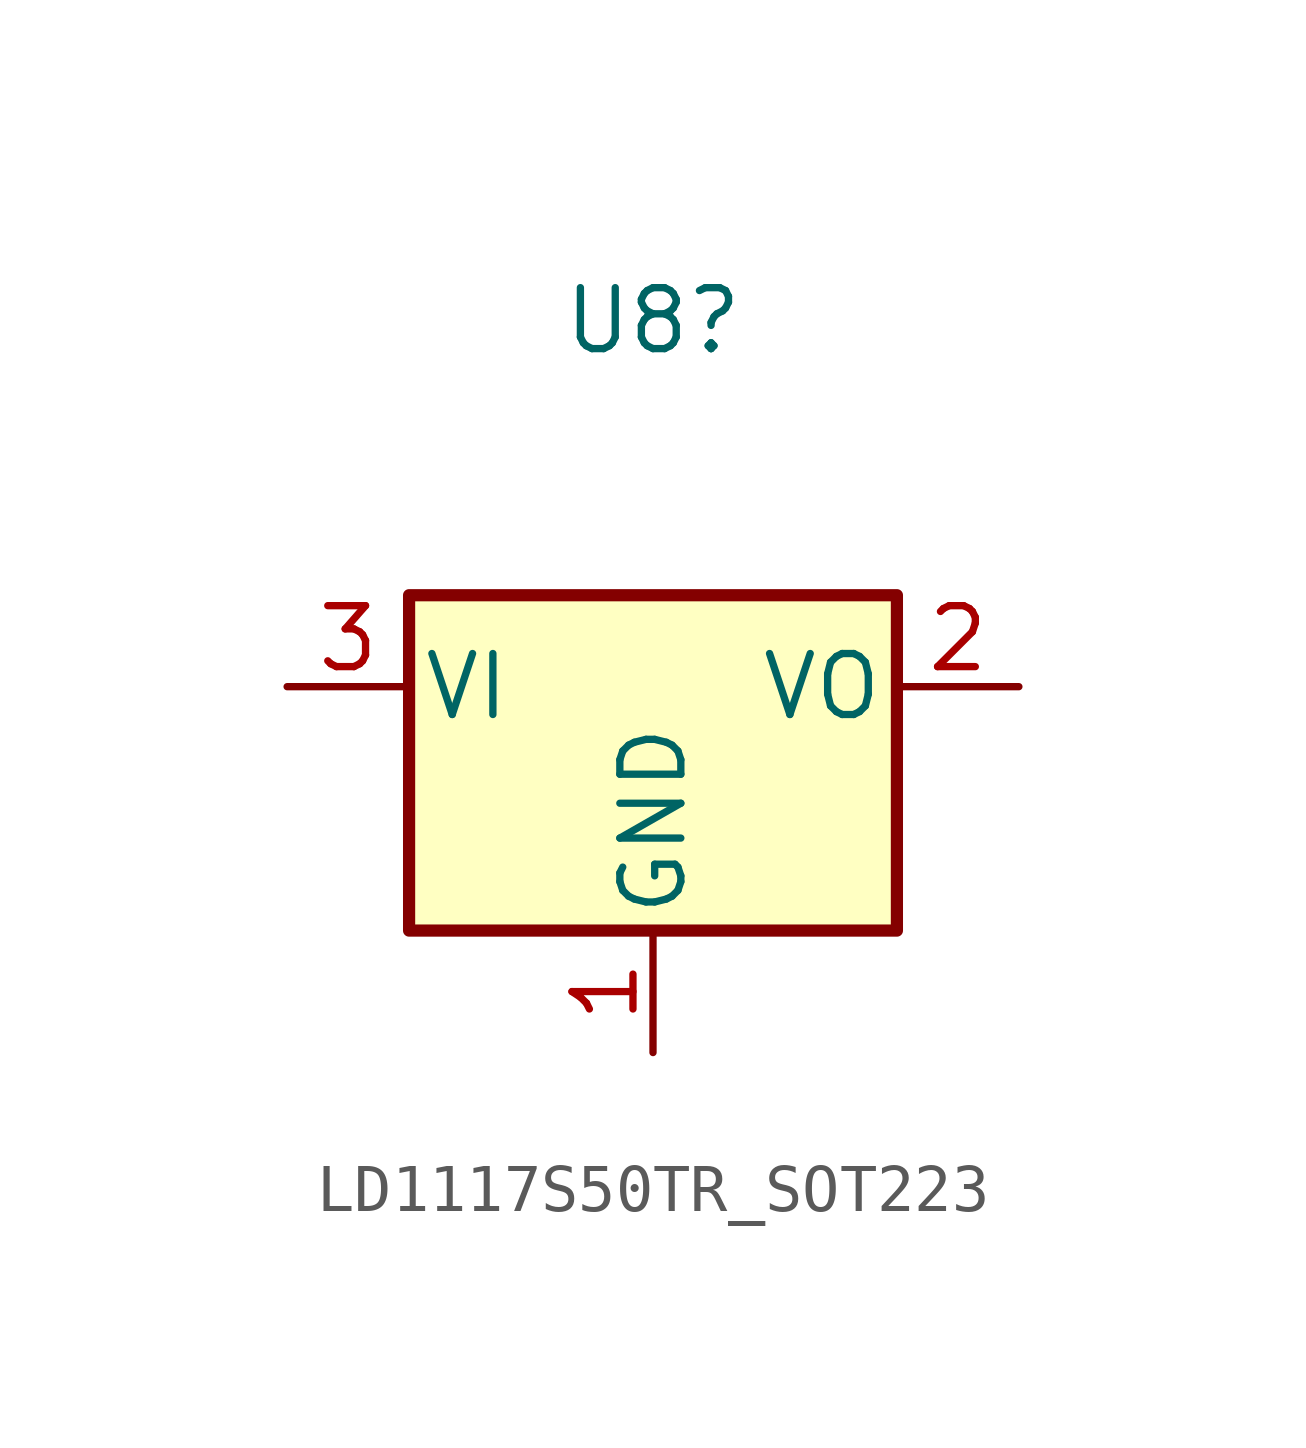
<source format=kicad_sym>
(kicad_symbol_lib
  (version 20231120)
  (generator "kicad_symbol_editor")
  (generator_version "8.0")
  (symbol "LD1117S50TR_SOT223"
    (pin_names
      (offset 0.254))
    (property "Reference" "U8"
      (at 0 7.62 0)
      (effects (font (size 1.27 1.27))))
    (symbol "LD1117S50TR_SOT223_0_1"
      (rectangle (start -5.08 -5.08) (end 5.08 1.905) (stroke (width 0.254) (type default)) (fill (type background))))
    (symbol "LD1117S50TR_SOT223_1_1"
      (pin power_in line (at 0 -7.62 90) (length 2.54) (name "GND" (effects (font (size 1.27 1.27)))) (number "1" (effects (font (size 1.27 1.27)))))
      (pin power_out line (at 7.62 0 180) (length 2.54) (name "VO" (effects (font (size 1.27 1.27)))) (number "2" (effects (font (size 1.27 1.27)))))
      (pin power_in line (at -7.62 0 0) (length 2.54) (name "VI" (effects (font (size 1.27 1.27)))) (number "3" (effects (font (size 1.27 1.27))))))))
</source>
